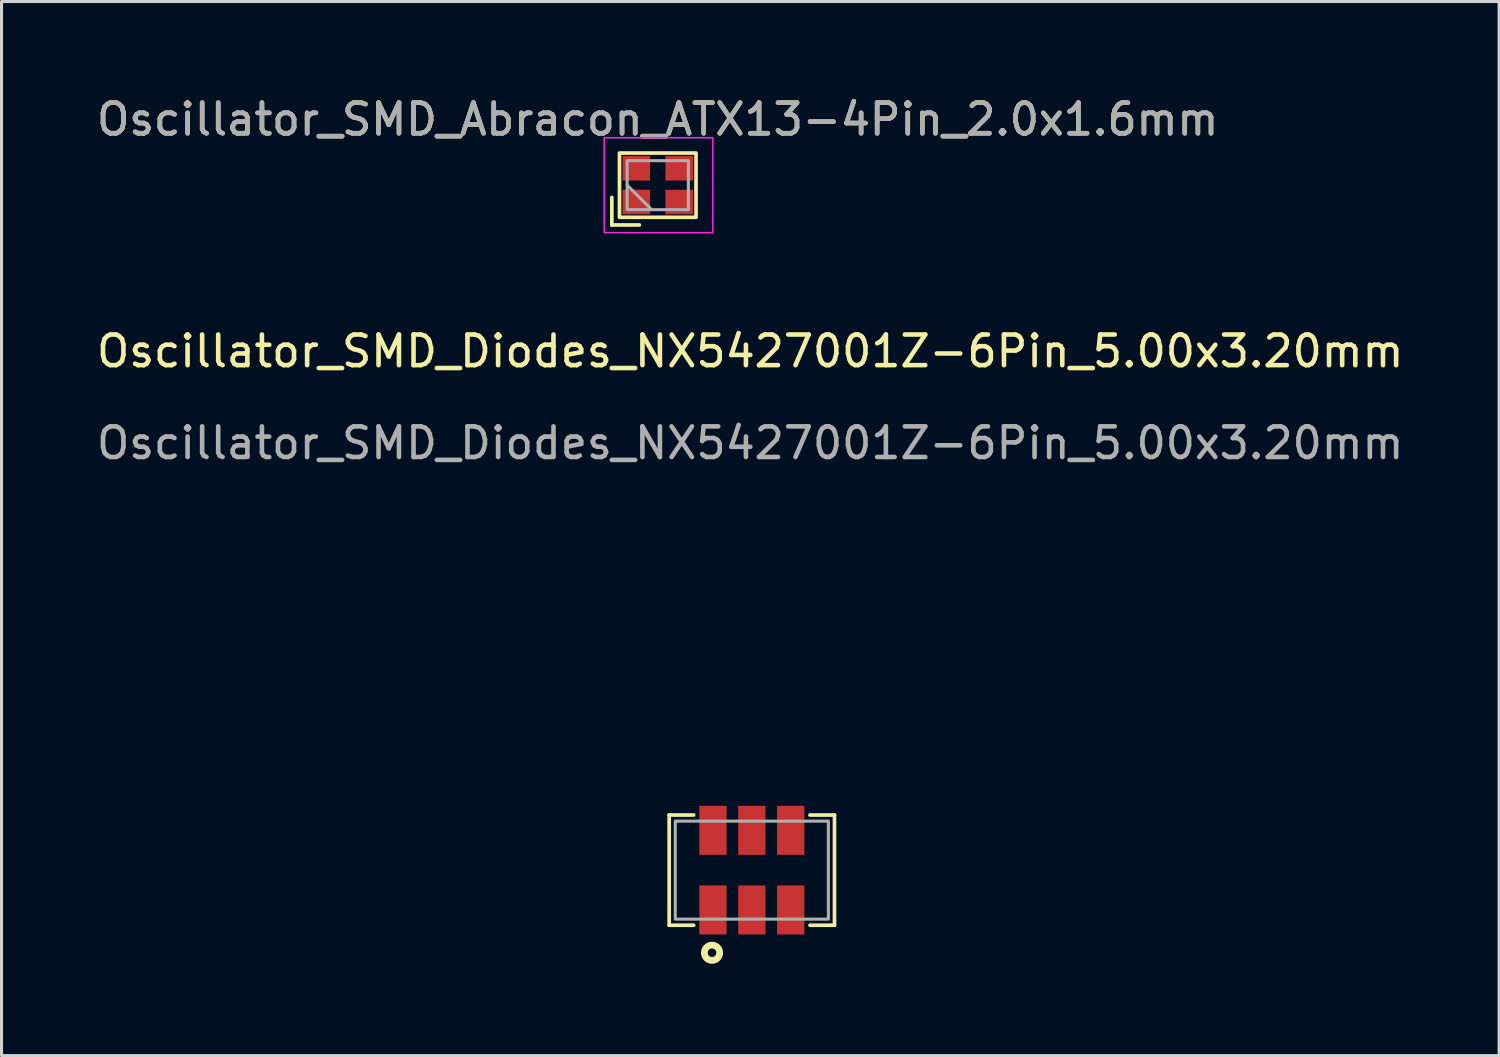
<source format=kicad_pcb>
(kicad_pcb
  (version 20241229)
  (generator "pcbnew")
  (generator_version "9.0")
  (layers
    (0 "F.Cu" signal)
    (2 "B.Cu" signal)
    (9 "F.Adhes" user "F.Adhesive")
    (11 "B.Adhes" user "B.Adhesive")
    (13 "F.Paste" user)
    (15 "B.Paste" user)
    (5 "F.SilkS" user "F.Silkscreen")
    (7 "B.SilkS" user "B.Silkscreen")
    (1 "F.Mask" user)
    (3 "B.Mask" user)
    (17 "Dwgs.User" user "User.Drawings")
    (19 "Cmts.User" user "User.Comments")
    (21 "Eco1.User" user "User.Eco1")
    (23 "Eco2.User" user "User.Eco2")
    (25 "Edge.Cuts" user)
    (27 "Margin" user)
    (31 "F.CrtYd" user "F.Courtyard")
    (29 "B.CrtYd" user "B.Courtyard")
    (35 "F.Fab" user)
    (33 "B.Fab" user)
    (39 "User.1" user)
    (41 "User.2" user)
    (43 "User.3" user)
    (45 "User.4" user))
  (footprint "Oscillator_SMD_Abracon_ATX13-4Pin_2.0x1.6mm"
    (layer "F.Cu")
    (at 18.435 2.998)
    (property "Reference" "Oscillator_SMD_Abracon_ATX13-4Pin_2.0x1.6mm" (at 0 -2.15 0) (unlocked yes) (layer "F.SilkS") (effects (font (size 1 1) (thickness 0.15))))
    (attr smd)
    (fp_line (start -1.5 1.3) (end -1.5 0.4) (stroke (width 0.12) (type solid)) (layer "F.SilkS"))
    (fp_line (start -0.6 1.3) (end -1.5 1.3) (stroke (width 0.12) (type solid)) (layer "F.SilkS"))
    (fp_rect (start -1.25 -1.05) (end 1.25 1.05) (stroke (width 0.12) (type solid)) (fill no) (layer "F.SilkS"))
    (fp_rect (start -1.75 -1.55) (end 1.8 1.55) (stroke (width 0.05) (type solid)) (fill no) (layer "F.CrtYd"))
    (fp_line (start -0.2 0.8) (end -1 0) (stroke (width 0.1) (type solid)) (layer "F.Fab"))
    (fp_rect (start -1 -0.8) (end 1 0.8) (stroke (width 0.1) (type solid)) (fill no) (layer "F.Fab"))
    (fp_text user "${REFERENCE}" (at 0 -2.15 0) (unlocked yes) (layer "F.Fab") (effects (font (size 1 1) (thickness 0.15))))
    (pad "1" smd rect (at -0.7 0.55) (size 0.9 0.8) (layers "F.Cu" "F.Mask" "F.Paste"))
    (pad "2" smd rect (at 0.7 0.55) (size 0.9 0.8) (layers "F.Cu" "F.Mask" "F.Paste"))
    (pad "3" smd rect (at 0.7 -0.55) (size 0.9 0.8) (layers "F.Cu" "F.Mask" "F.Paste"))
    (pad "4" smd rect (at -0.7 -0.55) (size 0.9 0.8) (layers "F.Cu" "F.Mask" "F.Paste")))
  (footprint "Oscillator_SMD_Diodes_NX5427001Z-6Pin_5.00x3.20mm"
    (layer "F.Cu")
    (at 21.508 25.372)
    (property "Reference" "Oscillator_SMD_Diodes_NX5427001Z-6Pin_5.00x3.20mm" (at -0.05 -16.95 0) (unlocked yes) (layer "F.SilkS") (effects (font (size 1 1) (thickness 0.15))))
    (attr smd)
    (fp_line (start -2.7 -1.8) (end -2.7 1.8) (stroke (width 0.12) (type solid)) (layer "F.SilkS"))
    (fp_line (start -2.7 1.8) (end -1.9 1.8) (stroke (width 0.12) (type solid)) (layer "F.SilkS"))
    (fp_line (start -1.9 -1.8) (end -2.7 -1.8) (stroke (width 0.12) (type solid)) (layer "F.SilkS"))
    (fp_line (start 1.9 1.8) (end 2.7 1.8) (stroke (width 0.12) (type solid)) (layer "F.SilkS"))
    (fp_line (start 2.7 -1.8) (end 1.9 -1.8) (stroke (width 0.12) (type solid)) (layer "F.SilkS"))
    (fp_line (start 2.7 1.8) (end 2.7 -1.8) (stroke (width 0.12) (type solid)) (layer "F.SilkS"))
    (fp_circle (center -1.3 2.7) (end -1.1 2.7) (stroke (width 0.12) (type solid)) (fill no) (layer "F.SilkS"))
    (fp_circle (center -1.3 2.7) (end -1 2.7) (stroke (width 0.12) (type solid)) (fill no) (layer "F.SilkS"))
    (fp_rect (start -2.5 -1.6) (end 2.5 1.6) (stroke (width 0.1) (type solid)) (fill no) (layer "F.Fab"))
    (fp_text user "${REFERENCE}" (at -0.05 -13.95 0) (unlocked yes) (layer "F.Fab") (effects (font (size 1 1) (thickness 0.15))))
    (pad "1" smd rect (at -1.27 1.3) (size 0.89 1.6) (layers "F.Cu" "F.Mask" "F.Paste"))
    (pad "2" smd rect (at 0 1.3) (size 0.89 1.6) (layers "F.Cu" "F.Mask" "F.Paste"))
    (pad "3" smd rect (at 1.27 1.3) (size 0.89 1.6) (layers "F.Cu" "F.Mask" "F.Paste"))
    (pad "4" smd rect (at 1.27 -1.3) (size 0.89 1.6) (layers "F.Cu" "F.Mask" "F.Paste"))
    (pad "5" smd rect (at 0 -1.3) (size 0.89 1.6) (layers "F.Cu" "F.Mask" "F.Paste"))
    (pad "6" smd rect (at -1.27 -1.3) (size 0.89 1.6) (layers "F.Cu" "F.Mask" "F.Paste")))
  (gr_rect
    (start -3 -3)
    (end 45.917 31.431)
    (stroke (width 0.1) (type default))
    (fill no)
    (layer "Edge.Cuts")))
</source>
